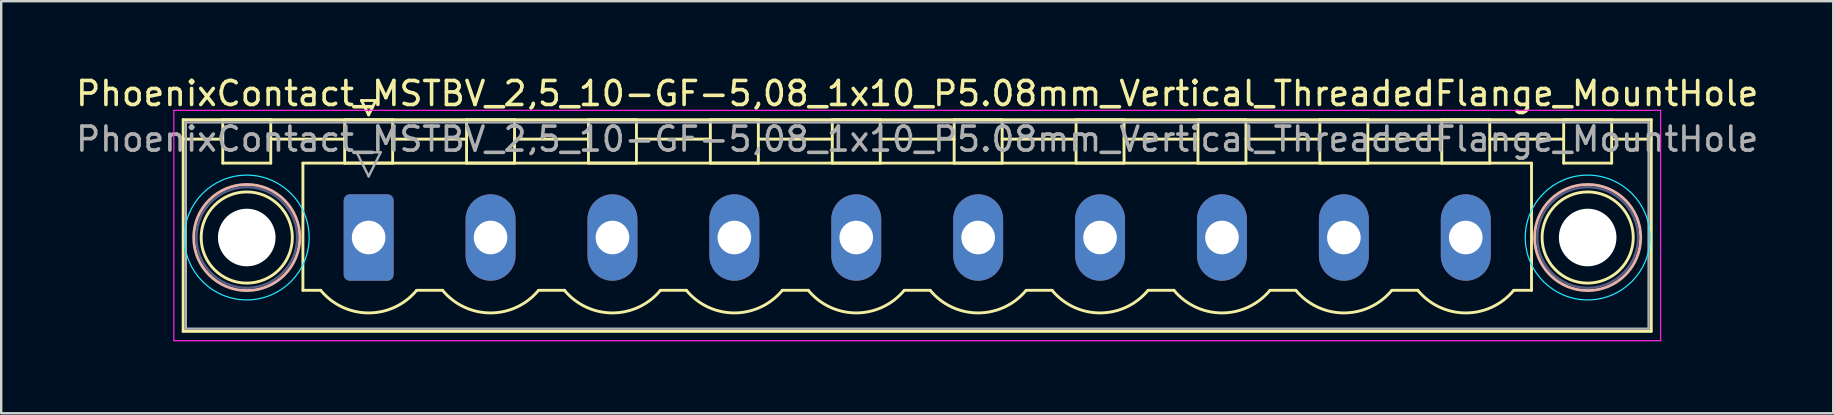
<source format=kicad_pcb>
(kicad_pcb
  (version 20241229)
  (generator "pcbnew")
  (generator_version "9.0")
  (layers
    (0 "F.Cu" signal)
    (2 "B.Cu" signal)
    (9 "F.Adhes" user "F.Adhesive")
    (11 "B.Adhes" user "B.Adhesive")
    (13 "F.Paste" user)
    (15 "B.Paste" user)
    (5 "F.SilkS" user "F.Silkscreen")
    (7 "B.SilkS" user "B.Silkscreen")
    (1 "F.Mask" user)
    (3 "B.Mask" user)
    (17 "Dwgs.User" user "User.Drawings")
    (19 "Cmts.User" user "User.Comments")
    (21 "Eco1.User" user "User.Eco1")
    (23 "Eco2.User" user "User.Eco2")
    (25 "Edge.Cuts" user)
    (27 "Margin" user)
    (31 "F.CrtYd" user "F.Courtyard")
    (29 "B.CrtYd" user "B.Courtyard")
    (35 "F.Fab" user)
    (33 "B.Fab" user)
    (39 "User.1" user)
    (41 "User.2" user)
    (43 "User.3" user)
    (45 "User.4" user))
  (footprint "PhoenixContact_MSTBV_2,5_10-GF-5,08_1x10_P5.08mm_Vertical_ThreadedFlange_MountHole"
    (layer "F.Cu")
    (at 12.313 6.848)
    (property "Reference" "PhoenixContact_MSTBV_2,5_10-GF-5,08_1x10_P5.08mm_Vertical_ThreadedFlange_MountHole" (at 22.86 -6 0) (layer "F.SilkS") (effects (font (size 1 1) (thickness 0.15))))
    (attr through_hole)
    (fp_line (start -7.73 -4.91) (end -7.73 3.91) (stroke (width 0.12) (type solid)) (layer "F.SilkS"))
    (fp_line (start -7.73 -4.1) (end -6.19 -4.1) (stroke (width 0.12) (type solid)) (layer "F.SilkS"))
    (fp_line (start -7.73 3.91) (end 53.45 3.91) (stroke (width 0.12) (type solid)) (layer "F.SilkS"))
    (fp_line (start -6.08 -4.91) (end -4.08 -4.91) (stroke (width 0.12) (type solid)) (layer "F.SilkS"))
    (fp_line (start -6.08 -3.1) (end -6.08 -4.91) (stroke (width 0.12) (type solid)) (layer "F.SilkS"))
    (fp_line (start -4.08 -4.91) (end -4.08 -3.1) (stroke (width 0.12) (type solid)) (layer "F.SilkS"))
    (fp_line (start -4.08 -4.1) (end -1 -4.1) (stroke (width 0.12) (type solid)) (layer "F.SilkS"))
    (fp_line (start -4.08 -3.1) (end -6.08 -3.1) (stroke (width 0.12) (type solid)) (layer "F.SilkS"))
    (fp_line (start -2.74 -3.1) (end 48.46 -3.1) (stroke (width 0.12) (type solid)) (layer "F.SilkS"))
    (fp_line (start -2.74 2.2) (end -2.74 -3.1) (stroke (width 0.12) (type solid)) (layer "F.SilkS"))
    (fp_line (start -2 2.2) (end -2.74 2.2) (stroke (width 0.12) (type solid)) (layer "F.SilkS"))
    (fp_line (start -1 -4.91) (end 1 -4.91) (stroke (width 0.12) (type solid)) (layer "F.SilkS"))
    (fp_line (start -1 -3.1) (end -1 -4.91) (stroke (width 0.12) (type solid)) (layer "F.SilkS"))
    (fp_line (start -0.3 -5.71) (end 0.3 -5.71) (stroke (width 0.12) (type solid)) (layer "F.SilkS"))
    (fp_line (start 0 -5.11) (end -0.3 -5.71) (stroke (width 0.12) (type solid)) (layer "F.SilkS"))
    (fp_line (start 0.3 -5.71) (end 0 -5.11) (stroke (width 0.12) (type solid)) (layer "F.SilkS"))
    (fp_line (start 1 -4.91) (end 1 -3.1) (stroke (width 0.12) (type solid)) (layer "F.SilkS"))
    (fp_line (start 1 -4.1) (end 4.08 -4.1) (stroke (width 0.12) (type solid)) (layer "F.SilkS"))
    (fp_line (start 1 -3.1) (end -1 -3.1) (stroke (width 0.12) (type solid)) (layer "F.SilkS"))
    (fp_line (start 2 2.2) (end 3.08 2.2) (stroke (width 0.12) (type solid)) (layer "F.SilkS"))
    (fp_line (start 4.08 -4.91) (end 6.08 -4.91) (stroke (width 0.12) (type solid)) (layer "F.SilkS"))
    (fp_line (start 4.08 -3.1) (end 4.08 -4.91) (stroke (width 0.12) (type solid)) (layer "F.SilkS"))
    (fp_line (start 6.08 -4.91) (end 6.08 -3.1) (stroke (width 0.12) (type solid)) (layer "F.SilkS"))
    (fp_line (start 6.08 -4.1) (end 9.16 -4.1) (stroke (width 0.12) (type solid)) (layer "F.SilkS"))
    (fp_line (start 6.08 -3.1) (end 4.08 -3.1) (stroke (width 0.12) (type solid)) (layer "F.SilkS"))
    (fp_line (start 7.08 2.2) (end 8.16 2.2) (stroke (width 0.12) (type solid)) (layer "F.SilkS"))
    (fp_line (start 9.16 -4.91) (end 11.16 -4.91) (stroke (width 0.12) (type solid)) (layer "F.SilkS"))
    (fp_line (start 9.16 -3.1) (end 9.16 -4.91) (stroke (width 0.12) (type solid)) (layer "F.SilkS"))
    (fp_line (start 11.16 -4.91) (end 11.16 -3.1) (stroke (width 0.12) (type solid)) (layer "F.SilkS"))
    (fp_line (start 11.16 -4.1) (end 14.24 -4.1) (stroke (width 0.12) (type solid)) (layer "F.SilkS"))
    (fp_line (start 11.16 -3.1) (end 9.16 -3.1) (stroke (width 0.12) (type solid)) (layer "F.SilkS"))
    (fp_line (start 12.16 2.2) (end 13.24 2.2) (stroke (width 0.12) (type solid)) (layer "F.SilkS"))
    (fp_line (start 14.24 -4.91) (end 16.24 -4.91) (stroke (width 0.12) (type solid)) (layer "F.SilkS"))
    (fp_line (start 14.24 -3.1) (end 14.24 -4.91) (stroke (width 0.12) (type solid)) (layer "F.SilkS"))
    (fp_line (start 16.24 -4.91) (end 16.24 -3.1) (stroke (width 0.12) (type solid)) (layer "F.SilkS"))
    (fp_line (start 16.24 -4.1) (end 19.32 -4.1) (stroke (width 0.12) (type solid)) (layer "F.SilkS"))
    (fp_line (start 16.24 -3.1) (end 14.24 -3.1) (stroke (width 0.12) (type solid)) (layer "F.SilkS"))
    (fp_line (start 17.24 2.2) (end 18.32 2.2) (stroke (width 0.12) (type solid)) (layer "F.SilkS"))
    (fp_line (start 19.32 -4.91) (end 21.32 -4.91) (stroke (width 0.12) (type solid)) (layer "F.SilkS"))
    (fp_line (start 19.32 -3.1) (end 19.32 -4.91) (stroke (width 0.12) (type solid)) (layer "F.SilkS"))
    (fp_line (start 21.32 -4.91) (end 21.32 -3.1) (stroke (width 0.12) (type solid)) (layer "F.SilkS"))
    (fp_line (start 21.32 -4.1) (end 24.4 -4.1) (stroke (width 0.12) (type solid)) (layer "F.SilkS"))
    (fp_line (start 21.32 -3.1) (end 19.32 -3.1) (stroke (width 0.12) (type solid)) (layer "F.SilkS"))
    (fp_line (start 22.32 2.2) (end 23.4 2.2) (stroke (width 0.12) (type solid)) (layer "F.SilkS"))
    (fp_line (start 24.4 -4.91) (end 26.4 -4.91) (stroke (width 0.12) (type solid)) (layer "F.SilkS"))
    (fp_line (start 24.4 -3.1) (end 24.4 -4.91) (stroke (width 0.12) (type solid)) (layer "F.SilkS"))
    (fp_line (start 26.4 -4.91) (end 26.4 -3.1) (stroke (width 0.12) (type solid)) (layer "F.SilkS"))
    (fp_line (start 26.4 -4.1) (end 29.48 -4.1) (stroke (width 0.12) (type solid)) (layer "F.SilkS"))
    (fp_line (start 26.4 -3.1) (end 24.4 -3.1) (stroke (width 0.12) (type solid)) (layer "F.SilkS"))
    (fp_line (start 27.4 2.2) (end 28.48 2.2) (stroke (width 0.12) (type solid)) (layer "F.SilkS"))
    (fp_line (start 29.48 -4.91) (end 31.48 -4.91) (stroke (width 0.12) (type solid)) (layer "F.SilkS"))
    (fp_line (start 29.48 -3.1) (end 29.48 -4.91) (stroke (width 0.12) (type solid)) (layer "F.SilkS"))
    (fp_line (start 31.48 -4.91) (end 31.48 -3.1) (stroke (width 0.12) (type solid)) (layer "F.SilkS"))
    (fp_line (start 31.48 -4.1) (end 34.56 -4.1) (stroke (width 0.12) (type solid)) (layer "F.SilkS"))
    (fp_line (start 31.48 -3.1) (end 29.48 -3.1) (stroke (width 0.12) (type solid)) (layer "F.SilkS"))
    (fp_line (start 32.48 2.2) (end 33.56 2.2) (stroke (width 0.12) (type solid)) (layer "F.SilkS"))
    (fp_line (start 34.56 -4.91) (end 36.56 -4.91) (stroke (width 0.12) (type solid)) (layer "F.SilkS"))
    (fp_line (start 34.56 -3.1) (end 34.56 -4.91) (stroke (width 0.12) (type solid)) (layer "F.SilkS"))
    (fp_line (start 36.56 -4.91) (end 36.56 -3.1) (stroke (width 0.12) (type solid)) (layer "F.SilkS"))
    (fp_line (start 36.56 -4.1) (end 39.64 -4.1) (stroke (width 0.12) (type solid)) (layer "F.SilkS"))
    (fp_line (start 36.56 -3.1) (end 34.56 -3.1) (stroke (width 0.12) (type solid)) (layer "F.SilkS"))
    (fp_line (start 37.56 2.2) (end 38.64 2.2) (stroke (width 0.12) (type solid)) (layer "F.SilkS"))
    (fp_line (start 39.64 -4.91) (end 41.64 -4.91) (stroke (width 0.12) (type solid)) (layer "F.SilkS"))
    (fp_line (start 39.64 -3.1) (end 39.64 -4.91) (stroke (width 0.12) (type solid)) (layer "F.SilkS"))
    (fp_line (start 41.64 -4.91) (end 41.64 -3.1) (stroke (width 0.12) (type solid)) (layer "F.SilkS"))
    (fp_line (start 41.64 -4.1) (end 44.72 -4.1) (stroke (width 0.12) (type solid)) (layer "F.SilkS"))
    (fp_line (start 41.64 -3.1) (end 39.64 -3.1) (stroke (width 0.12) (type solid)) (layer "F.SilkS"))
    (fp_line (start 42.64 2.2) (end 43.72 2.2) (stroke (width 0.12) (type solid)) (layer "F.SilkS"))
    (fp_line (start 44.72 -4.91) (end 46.72 -4.91) (stroke (width 0.12) (type solid)) (layer "F.SilkS"))
    (fp_line (start 44.72 -3.1) (end 44.72 -4.91) (stroke (width 0.12) (type solid)) (layer "F.SilkS"))
    (fp_line (start 46.72 -4.91) (end 46.72 -3.1) (stroke (width 0.12) (type solid)) (layer "F.SilkS"))
    (fp_line (start 46.72 -4.1) (end 49.8 -4.1) (stroke (width 0.12) (type solid)) (layer "F.SilkS"))
    (fp_line (start 46.72 -3.1) (end 44.72 -3.1) (stroke (width 0.12) (type solid)) (layer "F.SilkS"))
    (fp_line (start 48.46 -3.1) (end 48.46 2.2) (stroke (width 0.12) (type solid)) (layer "F.SilkS"))
    (fp_line (start 48.46 2.2) (end 47.72 2.2) (stroke (width 0.12) (type solid)) (layer "F.SilkS"))
    (fp_line (start 49.8 -4.91) (end 51.8 -4.91) (stroke (width 0.12) (type solid)) (layer "F.SilkS"))
    (fp_line (start 49.8 -3.1) (end 49.8 -4.91) (stroke (width 0.12) (type solid)) (layer "F.SilkS"))
    (fp_line (start 51.8 -4.91) (end 51.8 -3.1) (stroke (width 0.12) (type solid)) (layer "F.SilkS"))
    (fp_line (start 51.8 -3.1) (end 49.8 -3.1) (stroke (width 0.12) (type solid)) (layer "F.SilkS"))
    (fp_line (start 53.45 -4.91) (end -7.73 -4.91) (stroke (width 0.12) (type solid)) (layer "F.SilkS"))
    (fp_line (start 53.45 -4.1) (end 51.91 -4.1) (stroke (width 0.12) (type solid)) (layer "F.SilkS"))
    (fp_line (start 53.45 3.91) (end 53.45 -4.91) (stroke (width 0.12) (type solid)) (layer "F.SilkS"))
    (fp_arc (start 1.986842 2.215821) (mid -0.010289 3.142758) (end -2 2.2) (stroke (width 0.12) (type solid)) (layer "F.SilkS"))
    (fp_arc (start 7.066842 2.215821) (mid 5.069711 3.142758) (end 3.08 2.2) (stroke (width 0.12) (type solid)) (layer "F.SilkS"))
    (fp_arc (start 12.146842 2.215821) (mid 10.149711 3.142758) (end 8.16 2.2) (stroke (width 0.12) (type solid)) (layer "F.SilkS"))
    (fp_arc (start 17.226842 2.215821) (mid 15.229711 3.142758) (end 13.24 2.2) (stroke (width 0.12) (type solid)) (layer "F.SilkS"))
    (fp_arc (start 22.306842 2.215821) (mid 20.309711 3.142758) (end 18.32 2.2) (stroke (width 0.12) (type solid)) (layer "F.SilkS"))
    (fp_arc (start 27.386842 2.215821) (mid 25.389711 3.142758) (end 23.4 2.2) (stroke (width 0.12) (type solid)) (layer "F.SilkS"))
    (fp_arc (start 32.466842 2.215821) (mid 30.469711 3.142758) (end 28.48 2.2) (stroke (width 0.12) (type solid)) (layer "F.SilkS"))
    (fp_arc (start 37.546842 2.215821) (mid 35.549711 3.142758) (end 33.56 2.2) (stroke (width 0.12) (type solid)) (layer "F.SilkS"))
    (fp_arc (start 42.626842 2.215821) (mid 40.629711 3.142758) (end 38.64 2.2) (stroke (width 0.12) (type solid)) (layer "F.SilkS"))
    (fp_arc (start 47.706842 2.215821) (mid 45.709711 3.142758) (end 43.72 2.2) (stroke (width 0.12) (type solid)) (layer "F.SilkS"))
    (fp_circle (center -5.08 0) (end -3.18 0) (stroke (width 0.12) (type solid)) (fill no) (layer "F.SilkS"))
    (fp_circle (center 50.8 0) (end 52.7 0) (stroke (width 0.12) (type solid)) (fill no) (layer "F.SilkS"))
    (fp_circle (center -5.08 0) (end -2.87 0) (stroke (width 0.12) (type solid)) (fill no) (layer "B.SilkS"))
    (fp_circle (center 50.8 0) (end 53.01 0) (stroke (width 0.12) (type solid)) (fill no) (layer "B.SilkS"))
    (fp_circle (center -5.08 0) (end -2.48 0) (stroke (width 0.05) (type solid)) (fill no) (layer "B.CrtYd"))
    (fp_circle (center 50.8 0) (end 53.4 0) (stroke (width 0.05) (type solid)) (fill no) (layer "B.CrtYd"))
    (fp_line (start -8.12 -5.3) (end -8.12 4.3) (stroke (width 0.05) (type solid)) (layer "F.CrtYd"))
    (fp_line (start -8.12 4.3) (end 53.84 4.3) (stroke (width 0.05) (type solid)) (layer "F.CrtYd"))
    (fp_line (start 53.84 -5.3) (end -8.12 -5.3) (stroke (width 0.05) (type solid)) (layer "F.CrtYd"))
    (fp_line (start 53.84 4.3) (end 53.84 -5.3) (stroke (width 0.05) (type solid)) (layer "F.CrtYd"))
    (fp_circle (center -5.08 0) (end -2.98 0) (stroke (width 0.1) (type solid)) (fill no) (layer "B.Fab"))
    (fp_circle (center 50.8 0) (end 52.9 0) (stroke (width 0.1) (type solid)) (fill no) (layer "B.Fab"))
    (fp_line (start -7.62 -4.8) (end -7.62 3.8) (stroke (width 0.1) (type solid)) (layer "F.Fab"))
    (fp_line (start -7.62 3.8) (end 53.34 3.8) (stroke (width 0.1) (type solid)) (layer "F.Fab"))
    (fp_line (start -0.5 -3.55) (end 0.5 -3.55) (stroke (width 0.1) (type solid)) (layer "F.Fab"))
    (fp_line (start 0 -2.55) (end -0.5 -3.55) (stroke (width 0.1) (type solid)) (layer "F.Fab"))
    (fp_line (start 0.5 -3.55) (end 0 -2.55) (stroke (width 0.1) (type solid)) (layer "F.Fab"))
    (fp_line (start 53.34 -4.8) (end -7.62 -4.8) (stroke (width 0.1) (type solid)) (layer "F.Fab"))
    (fp_line (start 53.34 3.8) (end 53.34 -4.8) (stroke (width 0.1) (type solid)) (layer "F.Fab"))
    (fp_text user "${REFERENCE}" (at 22.86 -4.1 0) (layer "F.Fab") (effects (font (size 1 1) (thickness 0.15))))
    (pad "" np_thru_hole circle (at -5.08 0) (size 2.4 2.4) (drill 2.4) (layers "*.Cu" "*.Mask"))
    (pad "" np_thru_hole circle (at 50.8 0) (size 2.4 2.4) (drill 2.4) (layers "*.Cu" "*.Mask"))
    (pad "1" thru_hole roundrect (at 0 0) (size 2.08 3.6) (drill 1.4) (layers "*.Cu" "*.Mask") (roundrect_rratio 0.12))
    (pad "2" thru_hole oval (at 5.08 0) (size 2.08 3.6) (drill 1.4) (layers "*.Cu" "*.Mask"))
    (pad "3" thru_hole oval (at 10.16 0) (size 2.08 3.6) (drill 1.4) (layers "*.Cu" "*.Mask"))
    (pad "4" thru_hole oval (at 15.24 0) (size 2.08 3.6) (drill 1.4) (layers "*.Cu" "*.Mask"))
    (pad "5" thru_hole oval (at 20.32 0) (size 2.08 3.6) (drill 1.4) (layers "*.Cu" "*.Mask"))
    (pad "6" thru_hole oval (at 25.4 0) (size 2.08 3.6) (drill 1.4) (layers "*.Cu" "*.Mask"))
    (pad "7" thru_hole oval (at 30.48 0) (size 2.08 3.6) (drill 1.4) (layers "*.Cu" "*.Mask"))
    (pad "8" thru_hole oval (at 35.56 0) (size 2.08 3.6) (drill 1.4) (layers "*.Cu" "*.Mask"))
    (pad "9" thru_hole oval (at 40.64 0) (size 2.08 3.6) (drill 1.4) (layers "*.Cu" "*.Mask"))
    (pad "10" thru_hole oval (at 45.72 0) (size 2.08 3.6) (drill 1.4) (layers "*.Cu" "*.Mask")))
  (gr_rect
    (start -3 -3)
    (end 73.345 14.173)
    (stroke (width 0.1) (type default))
    (fill no)
    (layer "Edge.Cuts")))
</source>
